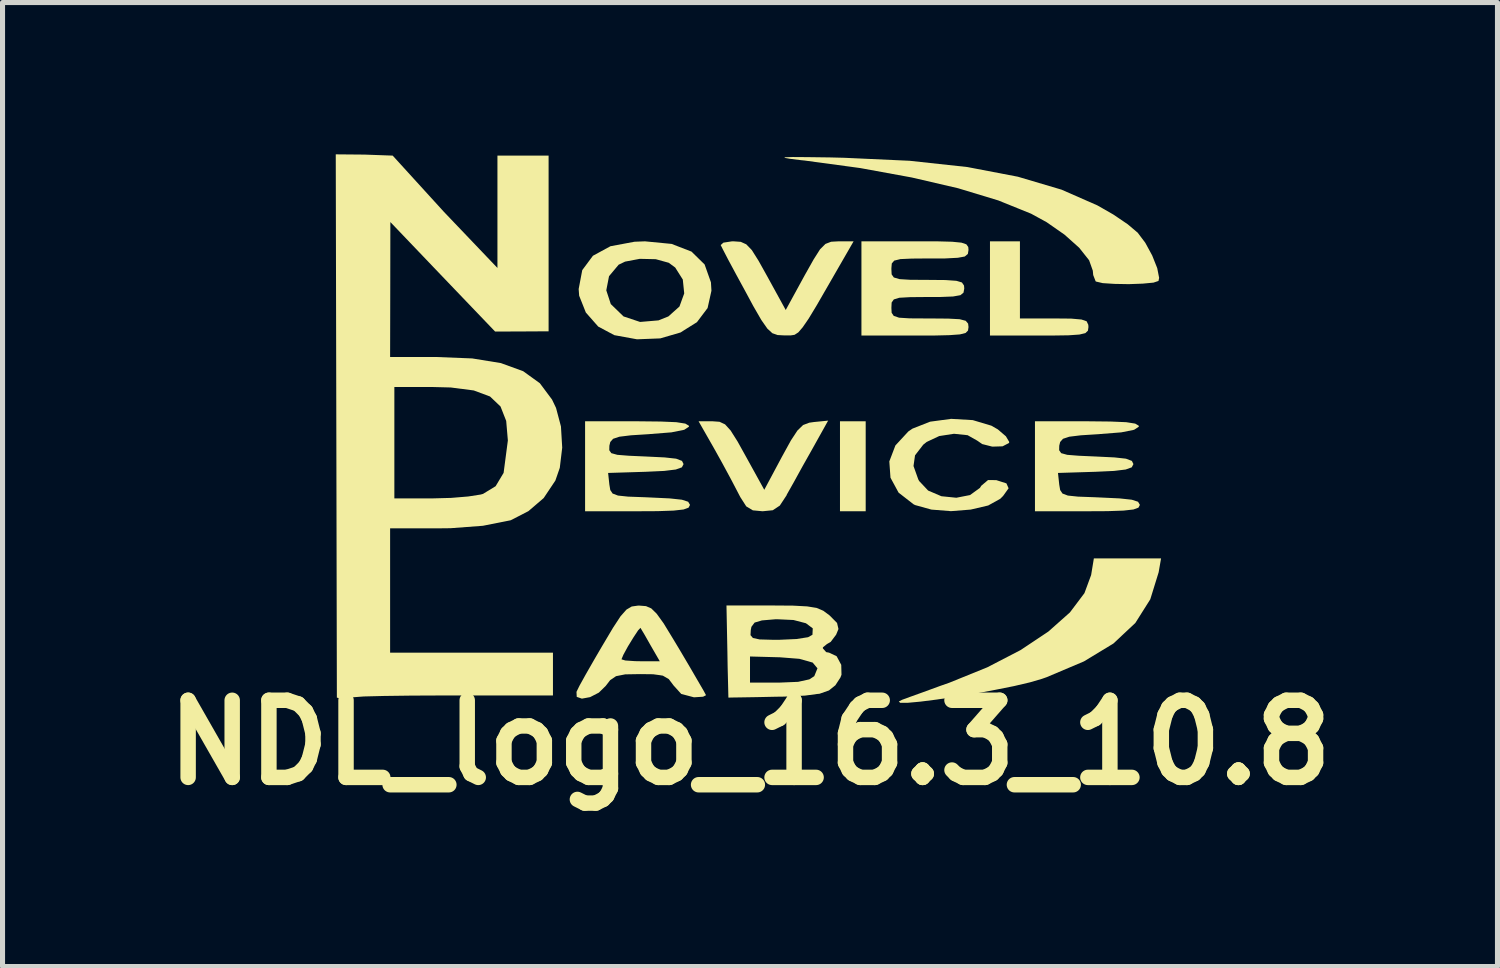
<source format=kicad_pcb>
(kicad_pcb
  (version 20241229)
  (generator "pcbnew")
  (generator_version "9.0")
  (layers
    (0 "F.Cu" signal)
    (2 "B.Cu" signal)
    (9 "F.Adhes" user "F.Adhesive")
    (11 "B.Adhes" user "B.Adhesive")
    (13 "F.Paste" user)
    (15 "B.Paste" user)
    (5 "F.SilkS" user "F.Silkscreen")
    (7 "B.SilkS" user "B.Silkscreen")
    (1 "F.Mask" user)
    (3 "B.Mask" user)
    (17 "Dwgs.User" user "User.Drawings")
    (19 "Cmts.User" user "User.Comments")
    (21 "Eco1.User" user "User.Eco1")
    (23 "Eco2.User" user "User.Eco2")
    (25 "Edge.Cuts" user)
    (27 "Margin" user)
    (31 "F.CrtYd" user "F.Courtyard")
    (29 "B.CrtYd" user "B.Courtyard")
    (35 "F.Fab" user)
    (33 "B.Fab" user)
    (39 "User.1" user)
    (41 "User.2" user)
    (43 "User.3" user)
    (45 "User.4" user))
  (footprint "NDL_logo_16.3_10.8"
    (layer "F.Cu")
    (at 11.771 5.359)
    (property "Reference" "NDL_logo_16.3_10.8" (at 0 6.264 0) (layer "F.SilkS") (effects (font (size 1.524 1.524) (thickness 0.305))))
    (attr smd)
    (fp_poly (pts (xy 2.286 1.694) (xy 2.032 1.694) (xy 1.778 1.694) (xy 1.778 0.805) (xy 1.778 -0.084) (xy 2.032 -0.084) (xy 2.286 -0.084) (xy 2.286 0.805) (xy 2.286 1.694)) (stroke (width 0.000064) (type solid)) (fill yes) (layer "F.SilkS"))
    (fp_poly (pts (xy 6.688 -1.946) (xy 6.678 -1.875) (xy 6.627 -1.826) (xy 6.51 -1.798) (xy 6.294 -1.783) (xy 5.954 -1.778) (xy 5.715 -1.778) (xy 4.742 -1.778) (xy 4.742 -2.708) (xy 4.742 -3.64) (xy 5.037 -3.64) (xy 5.334 -3.64) (xy 5.334 -2.878) (xy 5.334 -2.116) (xy 6.012 -2.116) (xy 6.347 -2.113) (xy 6.551 -2.095) (xy 6.652 -2.06) (xy 6.685 -1.991) (xy 6.688 -1.946)) (stroke (width 0.000064) (type solid)) (fill yes) (layer "F.SilkS"))
    (fp_poly (pts (xy 1.544 -0.097) (xy 1.222 0.48) (xy 1.036 0.81) (xy 0.861 1.128) (xy 0.726 1.367) (xy 0.724 1.377) (xy 0.589 1.582) (xy 0.45 1.674) (xy 0.249 1.694) (xy 0.056 1.676) (xy -0.074 1.598) (xy -0.193 1.412) (xy -0.234 1.333) (xy -0.373 1.067) (xy -0.554 0.732) (xy -0.714 0.445) (xy -1.016 -0.084) (xy -0.739 -0.084) (xy -0.602 -0.074) (xy -0.493 -0.023) (xy -0.384 0.097) (xy -0.246 0.315) (xy -0.091 0.594) (xy 0.282 1.27) (xy 0.632 0.615) (xy 0.808 0.295) (xy 0.937 0.099) (xy 1.049 -0.01) (xy 1.171 -0.056) (xy 1.262 -0.069) (xy 1.544 -0.097)) (stroke (width 0.000064) (type solid)) (fill yes) (layer "F.SilkS"))
    (fp_poly (pts (xy 8.123 2.626) (xy 8.075 2.901) (xy 7.91 3.434) (xy 7.615 3.901) (xy 7.181 4.308) (xy 6.599 4.661) (xy 5.862 4.973) (xy 5.768 5.006) (xy 5.532 5.075) (xy 5.217 5.149) (xy 4.851 5.222) (xy 4.458 5.296) (xy 4.064 5.359) (xy 3.691 5.415) (xy 3.368 5.456) (xy 3.119 5.479) (xy 2.967 5.479) (xy 2.941 5.453) (xy 3.005 5.42) (xy 3.157 5.364) (xy 3.424 5.268) (xy 3.757 5.146) (xy 3.937 5.083) (xy 4.689 4.778) (xy 5.347 4.437) (xy 5.895 4.072) (xy 6.322 3.693) (xy 6.609 3.312) (xy 6.741 2.954) (xy 6.795 2.626) (xy 7.46 2.626) (xy 8.123 2.626)) (stroke (width 0.000064) (type solid)) (fill yes) (layer "F.SilkS"))
    (fp_poly (pts (xy 2.047 -3.64) (xy 1.816 -3.239) (xy 1.529 -2.741) (xy 1.316 -2.372) (xy 1.158 -2.111) (xy 1.041 -1.941) (xy 0.955 -1.841) (xy 0.881 -1.793) (xy 0.805 -1.781) (xy 0.714 -1.781) (xy 0.678 -1.781) (xy 0.546 -1.788) (xy 0.442 -1.824) (xy 0.343 -1.915) (xy 0.224 -2.085) (xy 0.064 -2.362) (xy -0.084 -2.637) (xy -0.272 -2.982) (xy -0.429 -3.274) (xy -0.536 -3.48) (xy -0.579 -3.566) (xy -0.526 -3.614) (xy -0.356 -3.64) (xy -0.323 -3.64) (xy -0.183 -3.63) (xy -0.074 -3.581) (xy 0.036 -3.467) (xy 0.17 -3.254) (xy 0.333 -2.962) (xy 0.706 -2.283) (xy 1.077 -2.962) (xy 1.257 -3.282) (xy 1.384 -3.482) (xy 1.491 -3.589) (xy 1.603 -3.632) (xy 1.748 -3.64) (xy 2.047 -3.64)) (stroke (width 0.000064) (type solid)) (fill yes) (layer "F.SilkS"))
    (fp_poly (pts (xy -0.762 -2.664) (xy -0.838 -2.322) (xy -1.049 -2.042) (xy -1.3 -1.885) (xy -1.3 -2.611) (xy -1.328 -2.885) (xy -1.478 -3.122) (xy -1.605 -3.216) (xy -1.862 -3.287) (xy -2.179 -3.294) (xy -2.469 -3.239) (xy -2.596 -3.178) (xy -2.786 -2.951) (xy -2.84 -2.672) (xy -2.751 -2.4) (xy -2.499 -2.156) (xy -2.172 -2.047) (xy -1.808 -2.078) (xy -1.613 -2.156) (xy -1.394 -2.352) (xy -1.3 -2.611) (xy -1.3 -1.885) (xy -1.372 -1.839) (xy -1.773 -1.722) (xy -2.233 -1.704) (xy -2.682 -1.786) (xy -3 -1.956) (xy -3.244 -2.233) (xy -3.376 -2.565) (xy -3.386 -2.697) (xy -3.315 -3.071) (xy -3.104 -3.355) (xy -2.758 -3.543) (xy -2.283 -3.632) (xy -2.075 -3.64) (xy -1.549 -3.589) (xy -1.156 -3.437) (xy -0.897 -3.183) (xy -0.772 -2.83) (xy -0.762 -2.664)) (stroke (width 0.000064) (type solid)) (fill yes) (layer "F.SilkS"))
    (fp_poly (pts (xy 8.085 -2.918) (xy 8.072 -2.857) (xy 7.973 -2.824) (xy 7.76 -2.804) (xy 7.485 -2.794) (xy 7.203 -2.799) (xy 6.97 -2.814) (xy 6.838 -2.845) (xy 6.83 -2.85) (xy 6.782 -2.974) (xy 6.774 -3.061) (xy 6.701 -3.266) (xy 6.505 -3.513) (xy 6.215 -3.772) (xy 5.862 -4.018) (xy 5.555 -4.186) (xy 4.907 -4.448) (xy 4.112 -4.689) (xy 3.195 -4.902) (xy 2.177 -5.088) (xy 1.077 -5.237) (xy 1.016 -5.243) (xy 0.79 -5.271) (xy 0.678 -5.291) (xy 0.693 -5.301) (xy 0.843 -5.306) (xy 1.135 -5.304) (xy 1.585 -5.298) (xy 1.862 -5.291) (xy 3.152 -5.232) (xy 4.295 -5.108) (xy 5.293 -4.917) (xy 6.157 -4.661) (xy 6.863 -4.351) (xy 7.178 -4.171) (xy 7.463 -3.978) (xy 7.656 -3.815) (xy 7.658 -3.815) (xy 7.811 -3.612) (xy 7.948 -3.36) (xy 8.047 -3.111) (xy 8.085 -2.918)) (stroke (width 0.000064) (type solid)) (fill yes) (layer "F.SilkS"))
    (fp_poly (pts (xy 5.123 0.325) (xy 5.118 0.345) (xy 4.991 0.411) (xy 4.788 0.417) (xy 4.587 0.366) (xy 4.488 0.297) (xy 4.3 0.191) (xy 4.031 0.163) (xy 3.739 0.208) (xy 3.49 0.325) (xy 3.424 0.378) (xy 3.261 0.589) (xy 3.231 0.8) (xy 3.325 1.064) (xy 3.343 1.097) (xy 3.52 1.285) (xy 3.782 1.397) (xy 4.077 1.427) (xy 4.348 1.374) (xy 4.544 1.232) (xy 4.569 1.191) (xy 4.704 1.077) (xy 4.867 1.079) (xy 5.067 1.143) (xy 5.11 1.24) (xy 5.001 1.392) (xy 4.945 1.448) (xy 4.707 1.58) (xy 4.361 1.661) (xy 3.97 1.692) (xy 3.584 1.661) (xy 3.264 1.572) (xy 3.233 1.557) (xy 2.936 1.326) (xy 2.776 1.031) (xy 2.753 0.709) (xy 2.873 0.394) (xy 3.129 0.117) (xy 3.211 0.061) (xy 3.559 -0.076) (xy 3.975 -0.132) (xy 4.402 -0.107) (xy 4.77 0.003) (xy 4.897 0.076) (xy 5.057 0.213) (xy 5.123 0.325)) (stroke (width 0.000064) (type solid)) (fill yes) (layer "F.SilkS"))
    (fp_poly (pts (xy -1.186 1.57) (xy -1.214 1.623) (xy -1.313 1.659) (xy -1.509 1.681) (xy -1.826 1.692) (xy -2.223 1.694) (xy -3.259 1.694) (xy -3.259 0.805) (xy -3.259 -0.084) (xy -2.223 -0.084) (xy -1.765 -0.079) (xy -1.455 -0.066) (xy -1.278 -0.038) (xy -1.209 0.003) (xy -1.206 0.023) (xy -1.3 0.084) (xy -1.554 0.135) (xy -1.974 0.168) (xy -1.989 0.17) (xy -2.352 0.193) (xy -2.581 0.221) (xy -2.705 0.262) (xy -2.761 0.325) (xy -2.779 0.399) (xy -2.781 0.488) (xy -2.741 0.546) (xy -2.621 0.579) (xy -2.395 0.597) (xy -2.06 0.612) (xy -1.689 0.63) (xy -1.46 0.655) (xy -1.344 0.699) (xy -1.313 0.762) (xy -1.346 0.826) (xy -1.466 0.869) (xy -1.697 0.897) (xy -2.06 0.914) (xy -2.804 0.937) (xy -2.779 1.168) (xy -2.761 1.275) (xy -2.715 1.344) (xy -2.609 1.384) (xy -2.408 1.405) (xy -2.078 1.417) (xy -1.968 1.422) (xy -1.587 1.44) (xy -1.346 1.466) (xy -1.222 1.506) (xy -1.186 1.567) (xy -1.186 1.57)) (stroke (width 0.000064) (type solid)) (fill yes) (layer "F.SilkS"))
    (fp_poly (pts (xy 7.704 1.57) (xy 7.676 1.623) (xy 7.577 1.659) (xy 7.381 1.681) (xy 7.064 1.692) (xy 6.668 1.694) (xy 5.631 1.694) (xy 5.631 0.805) (xy 5.631 -0.084) (xy 6.668 -0.084) (xy 7.125 -0.079) (xy 7.435 -0.066) (xy 7.612 -0.038) (xy 7.681 0.003) (xy 7.684 0.023) (xy 7.59 0.084) (xy 7.336 0.135) (xy 6.916 0.168) (xy 6.901 0.17) (xy 6.538 0.193) (xy 6.309 0.221) (xy 6.185 0.262) (xy 6.129 0.325) (xy 6.111 0.399) (xy 6.109 0.488) (xy 6.149 0.546) (xy 6.269 0.579) (xy 6.495 0.597) (xy 6.83 0.612) (xy 7.201 0.63) (xy 7.429 0.655) (xy 7.546 0.699) (xy 7.577 0.762) (xy 7.544 0.826) (xy 7.424 0.869) (xy 7.193 0.897) (xy 6.83 0.914) (xy 6.086 0.937) (xy 6.111 1.168) (xy 6.129 1.275) (xy 6.175 1.344) (xy 6.281 1.384) (xy 6.482 1.405) (xy 6.812 1.417) (xy 6.921 1.422) (xy 7.303 1.44) (xy 7.544 1.466) (xy 7.668 1.506) (xy 7.704 1.567) (xy 7.704 1.57)) (stroke (width 0.000064) (type solid)) (fill yes) (layer "F.SilkS"))
    (fp_poly (pts (xy -0.869 5.329) (xy -0.927 5.359) (xy -1.097 5.37) (xy -1.11 5.37) (xy -1.359 5.304) (xy -1.511 5.136) (xy -1.605 5.011) (xy -1.722 4.943) (xy -1.783 4.933) (xy -1.783 4.658) (xy -1.966 4.341) (xy -2.08 4.14) (xy -2.154 4.016) (xy -2.164 3.998) (xy -2.21 4.046) (xy -2.304 4.188) (xy -2.413 4.366) (xy -2.502 4.529) (xy -2.54 4.62) (xy -2.464 4.643) (xy -2.273 4.656) (xy -2.162 4.658) (xy -1.783 4.658) (xy -1.783 4.933) (xy -1.915 4.915) (xy -2.172 4.912) (xy -2.466 4.917) (xy -2.647 4.953) (xy -2.764 5.032) (xy -2.85 5.144) (xy -2.987 5.278) (xy -3.16 5.367) (xy -3.322 5.397) (xy -3.424 5.362) (xy -3.429 5.263) (xy -3.371 5.144) (xy -3.244 4.915) (xy -3.071 4.613) (xy -2.916 4.348) (xy -2.708 3.998) (xy -2.558 3.769) (xy -2.441 3.637) (xy -2.337 3.576) (xy -2.217 3.559) (xy -2.177 3.559) (xy -2.055 3.569) (xy -1.951 3.614) (xy -1.844 3.719) (xy -1.707 3.909) (xy -1.524 4.209) (xy -1.397 4.42) (xy -1.196 4.76) (xy -1.031 5.044) (xy -0.914 5.245) (xy -0.869 5.329)) (stroke (width 0.000064) (type solid)) (fill yes) (layer "F.SilkS"))
    (fp_poly (pts (xy 4.318 -1.946) (xy 4.308 -1.877) (xy 4.26 -1.829) (xy 4.148 -1.801) (xy 3.942 -1.786) (xy 3.617 -1.778) (xy 3.259 -1.778) (xy 2.202 -1.778) (xy 2.202 -2.708) (xy 2.202 -3.64) (xy 3.259 -3.64) (xy 3.698 -3.64) (xy 3.995 -3.632) (xy 4.178 -3.614) (xy 4.275 -3.581) (xy 4.313 -3.528) (xy 4.318 -3.47) (xy 4.305 -3.391) (xy 4.244 -3.34) (xy 4.107 -3.315) (xy 3.856 -3.302) (xy 3.556 -3.302) (xy 3.195 -3.299) (xy 2.972 -3.289) (xy 2.85 -3.259) (xy 2.802 -3.203) (xy 2.794 -3.109) (xy 2.794 -3.089) (xy 2.799 -2.987) (xy 2.842 -2.926) (xy 2.954 -2.893) (xy 3.167 -2.88) (xy 3.513 -2.878) (xy 3.863 -2.875) (xy 4.077 -2.86) (xy 4.188 -2.827) (xy 4.229 -2.766) (xy 4.234 -2.708) (xy 4.219 -2.626) (xy 4.158 -2.576) (xy 4.013 -2.55) (xy 3.754 -2.54) (xy 3.513 -2.54) (xy 3.165 -2.537) (xy 2.951 -2.525) (xy 2.842 -2.492) (xy 2.799 -2.431) (xy 2.794 -2.327) (xy 2.799 -2.228) (xy 2.84 -2.167) (xy 2.946 -2.131) (xy 3.152 -2.118) (xy 3.487 -2.116) (xy 3.556 -2.116) (xy 3.917 -2.113) (xy 4.143 -2.101) (xy 4.262 -2.07) (xy 4.31 -2.014) (xy 4.318 -1.946)) (stroke (width 0.000064) (type solid)) (fill yes) (layer "F.SilkS"))
    (fp_poly (pts (xy -8.186 -5.359) (xy -8.164 5.377) (xy -8.077 5.397) (xy -7.91 5.375) (xy -7.633 5.354) (xy -7.234 5.344) (xy -6.695 5.337) (xy -6.005 5.334) (xy -3.894 5.334) (xy -3.894 4.912) (xy -3.894 4.488) (xy -5.504 4.488) (xy -7.112 4.488) (xy -7.112 3.261) (xy -7.112 2.032) (xy -6.198 2.032) (xy -5.918 2.029) (xy -5.278 1.981) (xy -4.729 1.872) (xy -4.379 1.692) (xy -4.077 1.433) (xy -3.846 1.087) (xy -3.759 0.836) (xy -3.711 0.437) (xy -3.736 0.018) (xy -3.833 -0.348) (xy -3.912 -0.513) (xy -4.153 -0.836) (xy -4.483 -1.074) (xy -4.923 -1.234) (xy -5.489 -1.326) (xy -6.198 -1.354) (xy -7.112 -1.354) (xy -7.109 -2.687) (xy -7.107 -4.021) (xy -6.073 -2.939) (xy -5.037 -1.857) (xy -4.508 -1.859) (xy -3.98 -1.862) (xy -3.98 -3.597) (xy -3.98 -5.334) (xy -4.486 -5.334) (xy -4.991 -5.334) (xy -4.991 -3.114) (xy -6.05 -4.224) (xy -7.061 -5.334) (xy -7.615 -5.354) (xy -8.186 -5.359) (xy -7.028 -0.762) (xy -6.304 -0.762) (xy -5.913 -0.752) (xy -5.458 -0.693) (xy -5.138 -0.574) (xy -4.93 -0.376) (xy -4.818 -0.091) (xy -4.785 0.295) (xy -4.869 0.935) (xy -5.027 1.199) (xy -5.276 1.351) (xy -5.324 1.364) (xy -5.568 1.402) (xy -5.905 1.43) (xy -6.279 1.44) (xy -7.028 1.44) (xy -7.028 0.34) (xy -7.028 -0.762)) (stroke (width 0.000064) (type solid)) (fill yes) (layer "F.SilkS"))
    (fp_poly (pts (xy 1.808 4.925) (xy 1.786 4.981) (xy 1.687 5.133) (xy 1.56 5.235) (xy 1.372 5.301) (xy 1.333 5.304) (xy 1.333 4.798) (xy 1.24 4.686) (xy 1.24 4.008) (xy 1.105 3.907) (xy 0.859 3.843) (xy 0.536 3.828) (xy 0.508 3.828) (xy 0.236 3.851) (xy 0.091 3.894) (xy 0.028 3.978) (xy 0.015 4.044) (xy 0.01 4.143) (xy 0.058 4.199) (xy 0.191 4.227) (xy 0.445 4.234) (xy 0.582 4.234) (xy 0.917 4.219) (xy 1.148 4.183) (xy 1.234 4.135) (xy 1.24 4.008) (xy 1.24 4.686) (xy 1.237 4.684) (xy 0.975 4.61) (xy 0.592 4.58) (xy 0 4.564) (xy 0 4.821) (xy 0 5.08) (xy 0.582 5.08) (xy 0.95 5.065) (xy 1.173 5.016) (xy 1.27 4.953) (xy 1.333 4.798) (xy 1.333 5.304) (xy 1.087 5.337) (xy 0.678 5.357) (xy 0.516 5.359) (xy 0.14 5.367) (xy -0.165 5.372) (xy -0.366 5.375) (xy -0.427 5.377) (xy -0.429 5.298) (xy -0.434 5.085) (xy -0.442 4.77) (xy -0.447 4.465) (xy -0.465 3.556) (xy 0.439 3.556) (xy 0.851 3.559) (xy 1.13 3.574) (xy 1.316 3.604) (xy 1.448 3.66) (xy 1.565 3.747) (xy 1.572 3.752) (xy 1.72 3.901) (xy 1.748 4.021) (xy 1.702 4.133) (xy 1.595 4.275) (xy 1.521 4.318) (xy 1.44 4.384) (xy 1.44 4.404) (xy 1.506 4.478) (xy 1.562 4.488) (xy 1.712 4.559) (xy 1.803 4.729) (xy 1.808 4.925)) (stroke (width 0.000064) (type solid)) (fill yes) (layer "F.SilkS")))
  (gr_rect
    (start -3 -3)
    (end 26.542 16.05)
    (stroke (width 0.1) (type default))
    (fill no)
    (layer "Edge.Cuts")))
</source>
